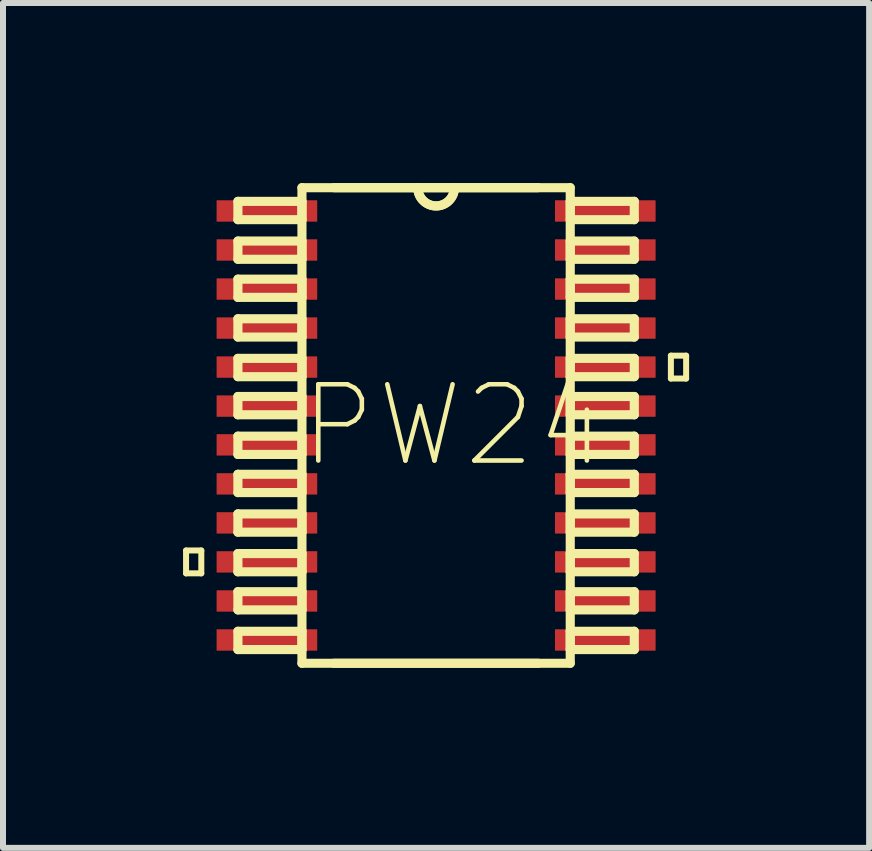
<source format=kicad_pcb>
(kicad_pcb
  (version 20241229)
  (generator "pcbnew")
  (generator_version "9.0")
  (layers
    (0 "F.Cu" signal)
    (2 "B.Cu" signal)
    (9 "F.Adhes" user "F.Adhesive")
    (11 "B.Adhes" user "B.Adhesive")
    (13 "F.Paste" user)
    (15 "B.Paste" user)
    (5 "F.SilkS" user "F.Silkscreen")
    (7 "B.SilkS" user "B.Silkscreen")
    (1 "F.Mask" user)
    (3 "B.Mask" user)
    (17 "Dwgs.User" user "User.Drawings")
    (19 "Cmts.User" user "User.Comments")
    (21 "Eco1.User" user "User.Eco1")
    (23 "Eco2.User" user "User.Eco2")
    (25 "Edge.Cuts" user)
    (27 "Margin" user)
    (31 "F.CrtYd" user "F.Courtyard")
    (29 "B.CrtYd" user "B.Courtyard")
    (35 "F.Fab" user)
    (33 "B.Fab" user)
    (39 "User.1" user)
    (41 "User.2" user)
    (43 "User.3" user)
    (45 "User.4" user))
  (footprint "PW24"
    (layer "F.Cu")
    (at 4.216 4.039)
    (property "Reference" "PW24" (at 0.305 0 0) (layer "F.SilkS") (effects (font (size 1.27 1.27) (thickness 0.076))))
    (attr smd)
    (fp_line (start -4.166 2.083) (end -4.166 2.464) (stroke (width 0.1) (type solid)) (layer "F.SilkS"))
    (fp_line (start -4.166 2.464) (end -3.912 2.464) (stroke (width 0.1) (type solid)) (layer "F.SilkS"))
    (fp_line (start -3.912 2.083) (end -4.166 2.083) (stroke (width 0.1) (type solid)) (layer "F.SilkS"))
    (fp_line (start -3.912 2.464) (end -3.912 2.083) (stroke (width 0.1) (type solid)) (layer "F.SilkS"))
    (fp_line (start -3.302 -3.734) (end -3.302 -3.429) (stroke (width 0.152) (type solid)) (layer "F.SilkS"))
    (fp_line (start -3.302 -3.429) (end -2.235 -3.429) (stroke (width 0.152) (type solid)) (layer "F.SilkS"))
    (fp_line (start -3.302 -3.073) (end -3.302 -2.769) (stroke (width 0.152) (type solid)) (layer "F.SilkS"))
    (fp_line (start -3.302 -2.769) (end -2.235 -2.769) (stroke (width 0.152) (type solid)) (layer "F.SilkS"))
    (fp_line (start -3.302 -2.438) (end -3.302 -2.134) (stroke (width 0.152) (type solid)) (layer "F.SilkS"))
    (fp_line (start -3.302 -2.134) (end -2.235 -2.134) (stroke (width 0.152) (type solid)) (layer "F.SilkS"))
    (fp_line (start -3.302 -1.778) (end -3.302 -1.473) (stroke (width 0.152) (type solid)) (layer "F.SilkS"))
    (fp_line (start -3.302 -1.473) (end -2.235 -1.473) (stroke (width 0.152) (type solid)) (layer "F.SilkS"))
    (fp_line (start -3.302 -1.118) (end -3.302 -0.813) (stroke (width 0.152) (type solid)) (layer "F.SilkS"))
    (fp_line (start -3.302 -0.813) (end -2.235 -0.813) (stroke (width 0.152) (type solid)) (layer "F.SilkS"))
    (fp_line (start -3.302 -0.483) (end -3.302 -0.178) (stroke (width 0.152) (type solid)) (layer "F.SilkS"))
    (fp_line (start -3.302 -0.178) (end -2.235 -0.178) (stroke (width 0.152) (type solid)) (layer "F.SilkS"))
    (fp_line (start -3.302 0.178) (end -3.302 0.483) (stroke (width 0.152) (type solid)) (layer "F.SilkS"))
    (fp_line (start -3.302 0.483) (end -2.235 0.483) (stroke (width 0.152) (type solid)) (layer "F.SilkS"))
    (fp_line (start -3.302 0.813) (end -3.302 1.118) (stroke (width 0.152) (type solid)) (layer "F.SilkS"))
    (fp_line (start -3.302 1.118) (end -2.235 1.118) (stroke (width 0.152) (type solid)) (layer "F.SilkS"))
    (fp_line (start -3.302 1.473) (end -3.302 1.778) (stroke (width 0.152) (type solid)) (layer "F.SilkS"))
    (fp_line (start -3.302 1.778) (end -2.235 1.778) (stroke (width 0.152) (type solid)) (layer "F.SilkS"))
    (fp_line (start -3.302 2.134) (end -3.302 2.438) (stroke (width 0.152) (type solid)) (layer "F.SilkS"))
    (fp_line (start -3.302 2.438) (end -2.235 2.438) (stroke (width 0.152) (type solid)) (layer "F.SilkS"))
    (fp_line (start -3.302 2.769) (end -3.302 3.073) (stroke (width 0.152) (type solid)) (layer "F.SilkS"))
    (fp_line (start -3.302 3.073) (end -2.235 3.073) (stroke (width 0.152) (type solid)) (layer "F.SilkS"))
    (fp_line (start -3.302 3.429) (end -3.302 3.734) (stroke (width 0.152) (type solid)) (layer "F.SilkS"))
    (fp_line (start -3.302 3.734) (end -2.235 3.734) (stroke (width 0.152) (type solid)) (layer "F.SilkS"))
    (fp_line (start -2.235 -3.962) (end -2.235 3.962) (stroke (width 0.152) (type solid)) (layer "F.SilkS"))
    (fp_line (start -2.235 -3.734) (end -3.302 -3.734) (stroke (width 0.152) (type solid)) (layer "F.SilkS"))
    (fp_line (start -2.235 -3.429) (end -2.235 -3.734) (stroke (width 0.152) (type solid)) (layer "F.SilkS"))
    (fp_line (start -2.235 -3.073) (end -3.302 -3.073) (stroke (width 0.152) (type solid)) (layer "F.SilkS"))
    (fp_line (start -2.235 -2.769) (end -2.235 -3.073) (stroke (width 0.152) (type solid)) (layer "F.SilkS"))
    (fp_line (start -2.235 -2.438) (end -3.302 -2.438) (stroke (width 0.152) (type solid)) (layer "F.SilkS"))
    (fp_line (start -2.235 -2.134) (end -2.235 -2.438) (stroke (width 0.152) (type solid)) (layer "F.SilkS"))
    (fp_line (start -2.235 -1.778) (end -3.302 -1.778) (stroke (width 0.152) (type solid)) (layer "F.SilkS"))
    (fp_line (start -2.235 -1.473) (end -2.235 -1.778) (stroke (width 0.152) (type solid)) (layer "F.SilkS"))
    (fp_line (start -2.235 -1.118) (end -3.302 -1.118) (stroke (width 0.152) (type solid)) (layer "F.SilkS"))
    (fp_line (start -2.235 -0.813) (end -2.235 -1.118) (stroke (width 0.152) (type solid)) (layer "F.SilkS"))
    (fp_line (start -2.235 -0.483) (end -3.302 -0.483) (stroke (width 0.152) (type solid)) (layer "F.SilkS"))
    (fp_line (start -2.235 -0.178) (end -2.235 -0.483) (stroke (width 0.152) (type solid)) (layer "F.SilkS"))
    (fp_line (start -2.235 0.178) (end -3.302 0.178) (stroke (width 0.152) (type solid)) (layer "F.SilkS"))
    (fp_line (start -2.235 0.483) (end -2.235 0.178) (stroke (width 0.152) (type solid)) (layer "F.SilkS"))
    (fp_line (start -2.235 0.813) (end -3.302 0.813) (stroke (width 0.152) (type solid)) (layer "F.SilkS"))
    (fp_line (start -2.235 1.118) (end -2.235 0.813) (stroke (width 0.152) (type solid)) (layer "F.SilkS"))
    (fp_line (start -2.235 1.473) (end -3.302 1.473) (stroke (width 0.152) (type solid)) (layer "F.SilkS"))
    (fp_line (start -2.235 1.778) (end -2.235 1.473) (stroke (width 0.152) (type solid)) (layer "F.SilkS"))
    (fp_line (start -2.235 2.134) (end -3.302 2.134) (stroke (width 0.152) (type solid)) (layer "F.SilkS"))
    (fp_line (start -2.235 2.438) (end -2.235 2.134) (stroke (width 0.152) (type solid)) (layer "F.SilkS"))
    (fp_line (start -2.235 2.769) (end -3.302 2.769) (stroke (width 0.152) (type solid)) (layer "F.SilkS"))
    (fp_line (start -2.235 3.073) (end -2.235 2.769) (stroke (width 0.152) (type solid)) (layer "F.SilkS"))
    (fp_line (start -2.235 3.429) (end -3.302 3.429) (stroke (width 0.152) (type solid)) (layer "F.SilkS"))
    (fp_line (start -2.235 3.734) (end -2.235 3.429) (stroke (width 0.152) (type solid)) (layer "F.SilkS"))
    (fp_line (start -2.235 3.962) (end 2.235 3.962) (stroke (width 0.152) (type solid)) (layer "F.SilkS"))
    (fp_line (start -1.702 3.962) (end 1.702 3.962) (stroke (width 0.152) (type solid)) (layer "F.SilkS"))
    (fp_line (start -0.305 -3.962) (end -2.235 -3.962) (stroke (width 0.152) (type solid)) (layer "F.SilkS"))
    (fp_line (start -0.305 -3.962) (end -1.702 -3.962) (stroke (width 0.152) (type solid)) (layer "F.SilkS"))
    (fp_line (start 0.305 -3.962) (end -0.305 -3.962) (stroke (width 0.152) (type solid)) (layer "F.SilkS"))
    (fp_line (start 0.305 -3.962) (end -0.305 -3.962) (stroke (width 0.152) (type solid)) (layer "F.SilkS"))
    (fp_line (start 1.702 -3.962) (end 0.305 -3.962) (stroke (width 0.152) (type solid)) (layer "F.SilkS"))
    (fp_line (start 2.235 -3.962) (end 0.305 -3.962) (stroke (width 0.152) (type solid)) (layer "F.SilkS"))
    (fp_line (start 2.235 -3.734) (end 2.235 -3.429) (stroke (width 0.152) (type solid)) (layer "F.SilkS"))
    (fp_line (start 2.235 -3.429) (end 3.302 -3.429) (stroke (width 0.152) (type solid)) (layer "F.SilkS"))
    (fp_line (start 2.235 -3.073) (end 2.235 -2.769) (stroke (width 0.152) (type solid)) (layer "F.SilkS"))
    (fp_line (start 2.235 -2.769) (end 3.302 -2.769) (stroke (width 0.152) (type solid)) (layer "F.SilkS"))
    (fp_line (start 2.235 -2.438) (end 2.235 -2.134) (stroke (width 0.152) (type solid)) (layer "F.SilkS"))
    (fp_line (start 2.235 -2.134) (end 3.302 -2.134) (stroke (width 0.152) (type solid)) (layer "F.SilkS"))
    (fp_line (start 2.235 -1.778) (end 2.235 -1.473) (stroke (width 0.152) (type solid)) (layer "F.SilkS"))
    (fp_line (start 2.235 -1.473) (end 3.302 -1.473) (stroke (width 0.152) (type solid)) (layer "F.SilkS"))
    (fp_line (start 2.235 -1.118) (end 2.235 -0.813) (stroke (width 0.152) (type solid)) (layer "F.SilkS"))
    (fp_line (start 2.235 -0.813) (end 3.302 -0.813) (stroke (width 0.152) (type solid)) (layer "F.SilkS"))
    (fp_line (start 2.235 -0.483) (end 2.235 -0.178) (stroke (width 0.152) (type solid)) (layer "F.SilkS"))
    (fp_line (start 2.235 -0.178) (end 3.302 -0.178) (stroke (width 0.152) (type solid)) (layer "F.SilkS"))
    (fp_line (start 2.235 0.178) (end 2.235 0.483) (stroke (width 0.152) (type solid)) (layer "F.SilkS"))
    (fp_line (start 2.235 0.483) (end 3.302 0.483) (stroke (width 0.152) (type solid)) (layer "F.SilkS"))
    (fp_line (start 2.235 0.813) (end 2.235 1.118) (stroke (width 0.152) (type solid)) (layer "F.SilkS"))
    (fp_line (start 2.235 1.118) (end 3.302 1.118) (stroke (width 0.152) (type solid)) (layer "F.SilkS"))
    (fp_line (start 2.235 1.473) (end 2.235 1.778) (stroke (width 0.152) (type solid)) (layer "F.SilkS"))
    (fp_line (start 2.235 1.778) (end 3.302 1.778) (stroke (width 0.152) (type solid)) (layer "F.SilkS"))
    (fp_line (start 2.235 2.134) (end 2.235 2.438) (stroke (width 0.152) (type solid)) (layer "F.SilkS"))
    (fp_line (start 2.235 2.438) (end 3.302 2.438) (stroke (width 0.152) (type solid)) (layer "F.SilkS"))
    (fp_line (start 2.235 2.769) (end 2.235 3.073) (stroke (width 0.152) (type solid)) (layer "F.SilkS"))
    (fp_line (start 2.235 3.073) (end 3.302 3.073) (stroke (width 0.152) (type solid)) (layer "F.SilkS"))
    (fp_line (start 2.235 3.429) (end 2.235 3.734) (stroke (width 0.152) (type solid)) (layer "F.SilkS"))
    (fp_line (start 2.235 3.734) (end 3.302 3.734) (stroke (width 0.152) (type solid)) (layer "F.SilkS"))
    (fp_line (start 2.235 3.962) (end 2.235 -3.962) (stroke (width 0.152) (type solid)) (layer "F.SilkS"))
    (fp_line (start 3.302 -3.734) (end 2.235 -3.734) (stroke (width 0.152) (type solid)) (layer "F.SilkS"))
    (fp_line (start 3.302 -3.429) (end 3.302 -3.734) (stroke (width 0.152) (type solid)) (layer "F.SilkS"))
    (fp_line (start 3.302 -3.073) (end 2.235 -3.073) (stroke (width 0.152) (type solid)) (layer "F.SilkS"))
    (fp_line (start 3.302 -2.769) (end 3.302 -3.073) (stroke (width 0.152) (type solid)) (layer "F.SilkS"))
    (fp_line (start 3.302 -2.438) (end 2.235 -2.438) (stroke (width 0.152) (type solid)) (layer "F.SilkS"))
    (fp_line (start 3.302 -2.134) (end 3.302 -2.438) (stroke (width 0.152) (type solid)) (layer "F.SilkS"))
    (fp_line (start 3.302 -1.778) (end 2.235 -1.778) (stroke (width 0.152) (type solid)) (layer "F.SilkS"))
    (fp_line (start 3.302 -1.473) (end 3.302 -1.778) (stroke (width 0.152) (type solid)) (layer "F.SilkS"))
    (fp_line (start 3.302 -1.118) (end 2.235 -1.118) (stroke (width 0.152) (type solid)) (layer "F.SilkS"))
    (fp_line (start 3.302 -0.813) (end 3.302 -1.118) (stroke (width 0.152) (type solid)) (layer "F.SilkS"))
    (fp_line (start 3.302 -0.483) (end 2.235 -0.483) (stroke (width 0.152) (type solid)) (layer "F.SilkS"))
    (fp_line (start 3.302 -0.178) (end 3.302 -0.483) (stroke (width 0.152) (type solid)) (layer "F.SilkS"))
    (fp_line (start 3.302 0.178) (end 2.235 0.178) (stroke (width 0.152) (type solid)) (layer "F.SilkS"))
    (fp_line (start 3.302 0.483) (end 3.302 0.178) (stroke (width 0.152) (type solid)) (layer "F.SilkS"))
    (fp_line (start 3.302 0.813) (end 2.235 0.813) (stroke (width 0.152) (type solid)) (layer "F.SilkS"))
    (fp_line (start 3.302 1.118) (end 3.302 0.813) (stroke (width 0.152) (type solid)) (layer "F.SilkS"))
    (fp_line (start 3.302 1.473) (end 2.235 1.473) (stroke (width 0.152) (type solid)) (layer "F.SilkS"))
    (fp_line (start 3.302 1.778) (end 3.302 1.473) (stroke (width 0.152) (type solid)) (layer "F.SilkS"))
    (fp_line (start 3.302 2.134) (end 2.235 2.134) (stroke (width 0.152) (type solid)) (layer "F.SilkS"))
    (fp_line (start 3.302 2.438) (end 3.302 2.134) (stroke (width 0.152) (type solid)) (layer "F.SilkS"))
    (fp_line (start 3.302 2.769) (end 2.235 2.769) (stroke (width 0.152) (type solid)) (layer "F.SilkS"))
    (fp_line (start 3.302 3.073) (end 3.302 2.769) (stroke (width 0.152) (type solid)) (layer "F.SilkS"))
    (fp_line (start 3.302 3.429) (end 2.235 3.429) (stroke (width 0.152) (type solid)) (layer "F.SilkS"))
    (fp_line (start 3.302 3.734) (end 3.302 3.429) (stroke (width 0.152) (type solid)) (layer "F.SilkS"))
    (fp_line (start 3.912 -1.163) (end 4.166 -1.163) (stroke (width 0.1) (type solid)) (layer "F.SilkS"))
    (fp_line (start 3.912 -0.782) (end 3.912 -1.163) (stroke (width 0.1) (type solid)) (layer "F.SilkS"))
    (fp_line (start 4.166 -1.163) (end 4.166 -0.782) (stroke (width 0.1) (type solid)) (layer "F.SilkS"))
    (fp_line (start 4.166 -0.782) (end 3.912 -0.782) (stroke (width 0.1) (type solid)) (layer "F.SilkS"))
    (fp_arc (start 0.3048 -3.9624) (mid 0 -3.6576) (end -0.3048 -3.9624) (stroke (width 0.1524) (type solid)) (layer "F.SilkS"))
    (fp_arc (start 0.3048 -3.9624) (mid 0 -3.6576) (end -0.3048 -3.9624) (stroke (width 0.1524) (type solid)) (layer "F.SilkS"))
    (pad "1" smd rect (at -2.819 -3.574) (size 1.676 0.356) (layers "F.Cu" "F.Mask" "F.Paste"))
    (pad "2" smd rect (at -2.819 -2.924) (size 1.676 0.356) (layers "F.Cu" "F.Mask" "F.Paste"))
    (pad "3" smd rect (at -2.819 -2.273) (size 1.676 0.356) (layers "F.Cu" "F.Mask" "F.Paste"))
    (pad "4" smd rect (at -2.819 -1.623) (size 1.676 0.356) (layers "F.Cu" "F.Mask" "F.Paste"))
    (pad "5" smd rect (at -2.819 -0.973) (size 1.676 0.356) (layers "F.Cu" "F.Mask" "F.Paste"))
    (pad "6" smd rect (at -2.819 -0.323) (size 1.676 0.356) (layers "F.Cu" "F.Mask" "F.Paste"))
    (pad "7" smd rect (at -2.819 0.323) (size 1.676 0.356) (layers "F.Cu" "F.Mask" "F.Paste"))
    (pad "8" smd rect (at -2.819 0.973) (size 1.676 0.356) (layers "F.Cu" "F.Mask" "F.Paste"))
    (pad "9" smd rect (at -2.819 1.623) (size 1.676 0.356) (layers "F.Cu" "F.Mask" "F.Paste"))
    (pad "10" smd rect (at -2.819 2.273) (size 1.676 0.356) (layers "F.Cu" "F.Mask" "F.Paste"))
    (pad "11" smd rect (at -2.819 2.924) (size 1.676 0.356) (layers "F.Cu" "F.Mask" "F.Paste"))
    (pad "12" smd rect (at -2.819 3.574) (size 1.676 0.356) (layers "F.Cu" "F.Mask" "F.Paste"))
    (pad "13" smd rect (at 2.819 3.574) (size 1.676 0.356) (layers "F.Cu" "F.Mask" "F.Paste"))
    (pad "14" smd rect (at 2.819 2.924) (size 1.676 0.356) (layers "F.Cu" "F.Mask" "F.Paste"))
    (pad "15" smd rect (at 2.819 2.273) (size 1.676 0.356) (layers "F.Cu" "F.Mask" "F.Paste"))
    (pad "16" smd rect (at 2.819 1.623) (size 1.676 0.356) (layers "F.Cu" "F.Mask" "F.Paste"))
    (pad "17" smd rect (at 2.819 0.973) (size 1.676 0.356) (layers "F.Cu" "F.Mask" "F.Paste"))
    (pad "18" smd rect (at 2.819 0.323) (size 1.676 0.356) (layers "F.Cu" "F.Mask" "F.Paste"))
    (pad "19" smd rect (at 2.819 -0.323) (size 1.676 0.356) (layers "F.Cu" "F.Mask" "F.Paste"))
    (pad "20" smd rect (at 2.819 -0.973) (size 1.676 0.356) (layers "F.Cu" "F.Mask" "F.Paste"))
    (pad "21" smd rect (at 2.819 -1.623) (size 1.676 0.356) (layers "F.Cu" "F.Mask" "F.Paste"))
    (pad "22" smd rect (at 2.819 -2.273) (size 1.676 0.356) (layers "F.Cu" "F.Mask" "F.Paste"))
    (pad "23" smd rect (at 2.819 -2.924) (size 1.676 0.356) (layers "F.Cu" "F.Mask" "F.Paste"))
    (pad "24" smd rect (at 2.819 -3.574) (size 1.676 0.356) (layers "F.Cu" "F.Mask" "F.Paste")))
  (gr_rect
    (start -3 -3)
    (end 11.431 11.077)
    (stroke (width 0.1) (type default))
    (fill no)
    (layer "Edge.Cuts")))
</source>
